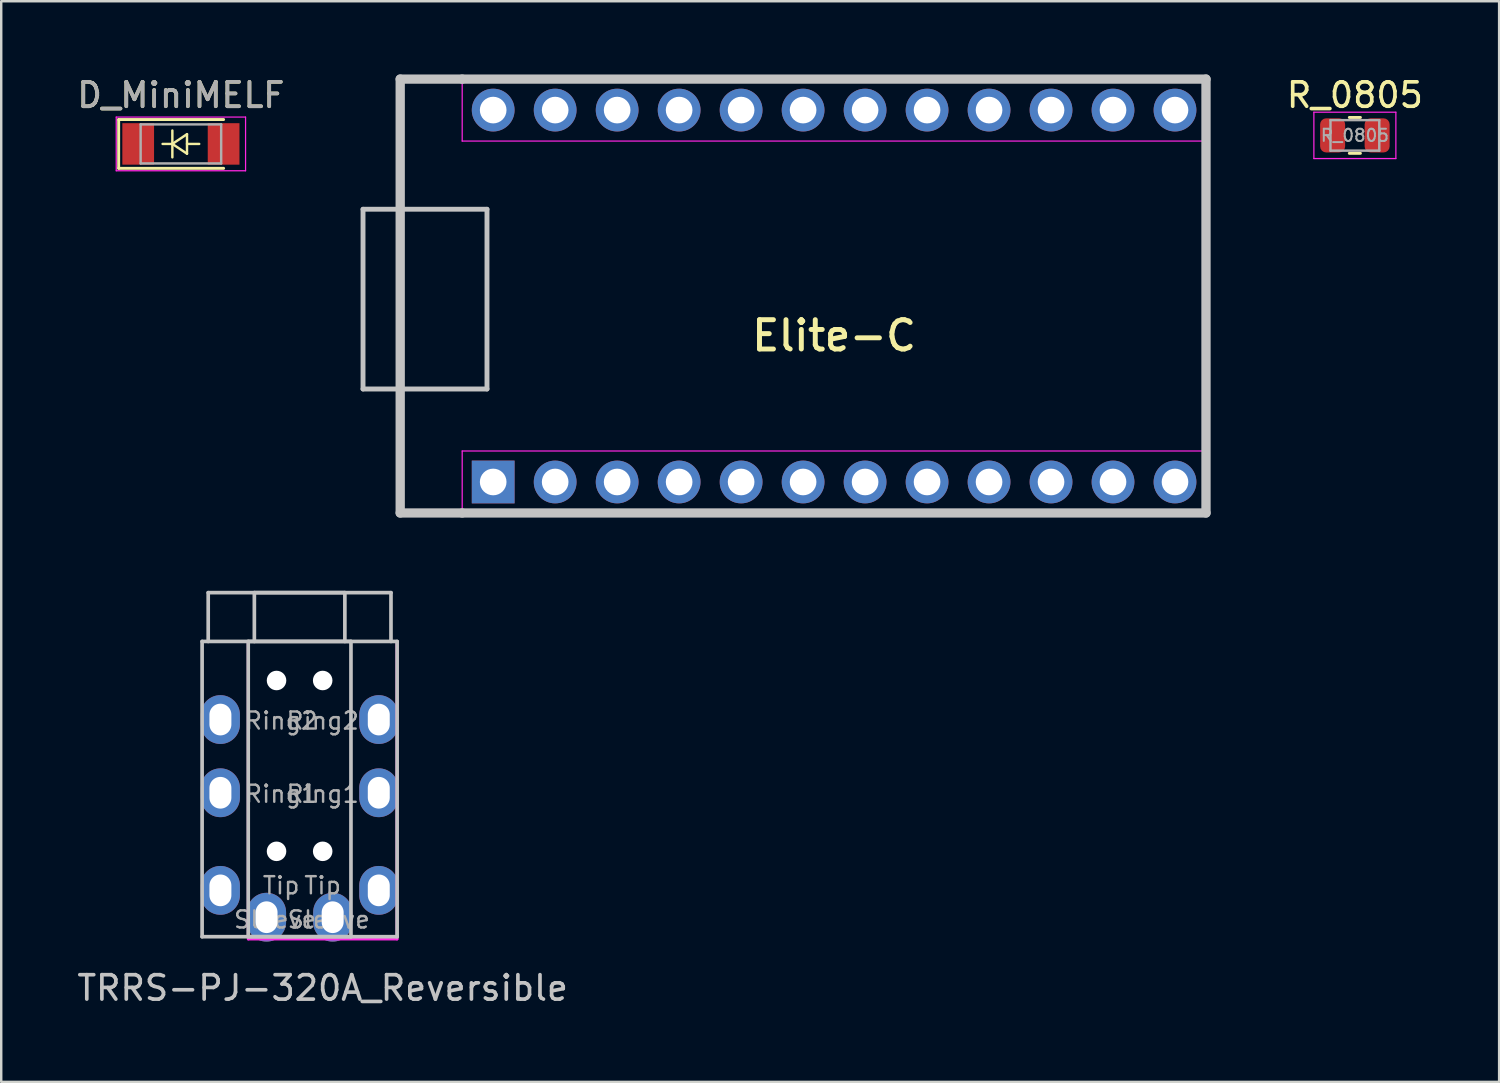
<source format=kicad_pcb>
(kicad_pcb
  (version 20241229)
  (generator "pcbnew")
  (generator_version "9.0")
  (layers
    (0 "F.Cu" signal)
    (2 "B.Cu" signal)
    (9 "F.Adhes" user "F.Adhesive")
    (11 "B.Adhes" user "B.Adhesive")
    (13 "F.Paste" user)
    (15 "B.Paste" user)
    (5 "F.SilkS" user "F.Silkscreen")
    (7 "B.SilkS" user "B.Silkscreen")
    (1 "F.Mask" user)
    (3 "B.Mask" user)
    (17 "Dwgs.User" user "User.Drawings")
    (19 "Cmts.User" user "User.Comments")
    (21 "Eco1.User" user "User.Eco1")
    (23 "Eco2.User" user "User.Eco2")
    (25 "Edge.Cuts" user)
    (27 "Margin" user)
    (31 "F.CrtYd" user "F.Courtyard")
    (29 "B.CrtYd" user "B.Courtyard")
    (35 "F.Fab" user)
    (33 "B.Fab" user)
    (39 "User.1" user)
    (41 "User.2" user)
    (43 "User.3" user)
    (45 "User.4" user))
  (footprint "R_0805"
    (layer "F.Cu")
    (at 52.471 2.498)
    (property "Reference" "R_0805" (at 0 -1.65 0) (layer "F.SilkS") (effects (font (size 1 1) (thickness 0.15))))
    (attr smd)
    (fp_line (start -0.227 -0.735) (end 0.227 -0.735) (stroke (width 0.12) (type solid)) (layer "F.SilkS"))
    (fp_line (start -0.227 0.735) (end 0.227 0.735) (stroke (width 0.12) (type solid)) (layer "F.SilkS"))
    (fp_line (start -1.68 -0.95) (end 1.68 -0.95) (stroke (width 0.05) (type solid)) (layer "F.CrtYd"))
    (fp_line (start -1.68 0.95) (end -1.68 -0.95) (stroke (width 0.05) (type solid)) (layer "F.CrtYd"))
    (fp_line (start 1.68 -0.95) (end 1.68 0.95) (stroke (width 0.05) (type solid)) (layer "F.CrtYd"))
    (fp_line (start 1.68 0.95) (end -1.68 0.95) (stroke (width 0.05) (type solid)) (layer "F.CrtYd"))
    (fp_line (start -1 -0.625) (end 1 -0.625) (stroke (width 0.1) (type solid)) (layer "F.Fab"))
    (fp_line (start -1 0.625) (end -1 -0.625) (stroke (width 0.1) (type solid)) (layer "F.Fab"))
    (fp_line (start 1 -0.625) (end 1 0.625) (stroke (width 0.1) (type solid)) (layer "F.Fab"))
    (fp_line (start 1 0.625) (end -1 0.625) (stroke (width 0.1) (type solid)) (layer "F.Fab"))
    (fp_text user "${REFERENCE}" (at 0 0 0) (layer "F.Fab") (effects (font (size 0.5 0.5) (thickness 0.08))))
    (pad "1" smd roundrect (at -0.912 0) (size 1.025 1.4) (layers "F.Cu" "F.Mask" "F.Paste") (roundrect_rratio 0.244))
    (pad "2" smd roundrect (at 0.912 0) (size 1.025 1.4) (layers "F.Cu" "F.Mask" "F.Paste") (roundrect_rratio 0.244)))
  (footprint "Elite-C"
    (layer "F.Cu")
    (at 31.13 9.081)
    (property "Reference" "Elite-C" (at 0 1.625 0) (layer "F.SilkS") (effects (font (size 1.2 1.2) (thickness 0.203))))
    (attr through_hole)
    (fp_line (start -19.304 -3.556) (end -14.224 -3.556) (stroke (width 0.2) (type solid)) (layer "Dwgs.User"))
    (fp_line (start -19.304 3.81) (end -19.304 -3.556) (stroke (width 0.2) (type solid)) (layer "Dwgs.User"))
    (fp_line (start -17.78 -8.89) (end -17.78 8.89) (stroke (width 0.381) (type solid)) (layer "Dwgs.User"))
    (fp_line (start -17.78 8.89) (end -15.24 8.89) (stroke (width 0.381) (type solid)) (layer "Dwgs.User"))
    (fp_line (start -15.24 -8.89) (end -17.78 -8.89) (stroke (width 0.381) (type solid)) (layer "Dwgs.User"))
    (fp_line (start -15.24 8.89) (end 15.24 8.89) (stroke (width 0.381) (type solid)) (layer "Dwgs.User"))
    (fp_line (start -14.224 -3.556) (end -14.224 3.81) (stroke (width 0.2) (type solid)) (layer "Dwgs.User"))
    (fp_line (start -14.224 3.81) (end -19.304 3.81) (stroke (width 0.2) (type solid)) (layer "Dwgs.User"))
    (fp_line (start 15.24 -8.89) (end -15.24 -8.89) (stroke (width 0.381) (type solid)) (layer "Dwgs.User"))
    (fp_line (start 15.24 8.89) (end 15.24 -8.89) (stroke (width 0.381) (type solid)) (layer "Dwgs.User"))
    (fp_line (start -15.24 -8.89) (end 15.24 -8.89) (stroke (width 0.05) (type solid)) (layer "F.CrtYd"))
    (fp_line (start -15.24 -6.35) (end -15.24 -8.89) (stroke (width 0.05) (type solid)) (layer "F.CrtYd"))
    (fp_line (start -15.24 6.35) (end 15.24 6.35) (stroke (width 0.05) (type solid)) (layer "F.CrtYd"))
    (fp_line (start -15.24 8.89) (end -15.24 6.35) (stroke (width 0.05) (type solid)) (layer "F.CrtYd"))
    (fp_line (start 15.24 -8.89) (end 15.24 -6.35) (stroke (width 0.05) (type solid)) (layer "F.CrtYd"))
    (fp_line (start 15.24 -6.35) (end -15.24 -6.35) (stroke (width 0.05) (type solid)) (layer "F.CrtYd"))
    (fp_line (start 15.24 6.35) (end 15.24 8.89) (stroke (width 0.05) (type solid)) (layer "F.CrtYd"))
    (fp_line (start 15.24 8.89) (end -15.24 8.89) (stroke (width 0.05) (type solid)) (layer "F.CrtYd"))
    (pad "1" thru_hole rect (at -13.97 7.62) (size 1.753 1.753) (drill 1.092) (layers "*.Cu" "*.Mask"))
    (pad "2" thru_hole circle (at -11.43 7.62) (size 1.753 1.753) (drill 1.092) (layers "*.Cu" "*.Mask"))
    (pad "3" thru_hole circle (at -8.89 7.62) (size 1.753 1.753) (drill 1.092) (layers "*.Cu" "*.Mask"))
    (pad "4" thru_hole circle (at -6.35 7.62) (size 1.753 1.753) (drill 1.092) (layers "*.Cu" "*.Mask"))
    (pad "5" thru_hole circle (at -3.81 7.62) (size 1.753 1.753) (drill 1.092) (layers "*.Cu" "*.Mask"))
    (pad "6" thru_hole circle (at -1.27 7.62) (size 1.753 1.753) (drill 1.092) (layers "*.Cu" "*.Mask"))
    (pad "7" thru_hole circle (at 1.27 7.62) (size 1.753 1.753) (drill 1.092) (layers "*.Cu" "*.Mask"))
    (pad "8" thru_hole circle (at 3.81 7.62) (size 1.753 1.753) (drill 1.092) (layers "*.Cu" "*.Mask"))
    (pad "9" thru_hole circle (at 6.35 7.62) (size 1.753 1.753) (drill 1.092) (layers "*.Cu" "*.Mask"))
    (pad "10" thru_hole circle (at 8.89 7.62) (size 1.753 1.753) (drill 1.092) (layers "*.Cu" "*.Mask"))
    (pad "11" thru_hole circle (at 11.43 7.62) (size 1.753 1.753) (drill 1.092) (layers "*.Cu" "*.Mask"))
    (pad "12" thru_hole circle (at 13.97 7.62) (size 1.753 1.753) (drill 1.092) (layers "*.Cu" "*.Mask"))
    (pad "13" thru_hole circle (at 13.97 -7.62) (size 1.753 1.753) (drill 1.092) (layers "*.Cu" "*.Mask"))
    (pad "14" thru_hole circle (at 11.43 -7.62) (size 1.753 1.753) (drill 1.092) (layers "*.Cu" "*.Mask"))
    (pad "15" thru_hole circle (at 8.89 -7.62) (size 1.753 1.753) (drill 1.092) (layers "*.Cu" "*.Mask"))
    (pad "16" thru_hole circle (at 6.35 -7.62) (size 1.753 1.753) (drill 1.092) (layers "*.Cu" "*.Mask"))
    (pad "17" thru_hole circle (at 3.81 -7.62) (size 1.753 1.753) (drill 1.092) (layers "*.Cu" "*.Mask"))
    (pad "18" thru_hole circle (at 1.27 -7.62) (size 1.753 1.753) (drill 1.092) (layers "*.Cu" "*.Mask"))
    (pad "19" thru_hole circle (at -1.27 -7.62) (size 1.753 1.753) (drill 1.092) (layers "*.Cu" "*.Mask"))
    (pad "20" thru_hole circle (at -3.81 -7.62) (size 1.753 1.753) (drill 1.092) (layers "*.Cu" "*.Mask"))
    (pad "21" thru_hole circle (at -6.35 -7.62) (size 1.753 1.753) (drill 1.092) (layers "*.Cu" "*.Mask"))
    (pad "22" thru_hole circle (at -8.89 -7.62) (size 1.753 1.753) (drill 1.092) (layers "*.Cu" "*.Mask"))
    (pad "23" thru_hole circle (at -11.43 -7.62) (size 1.753 1.753) (drill 1.092) (layers "*.Cu" "*.Mask"))
    (pad "24" thru_hole circle (at -13.97 -7.62) (size 1.753 1.753) (drill 1.092) (layers "*.Cu" "*.Mask")))
  (footprint "TRRS-PJ-320A_Reversible"
    (layer "F.Cu")
    (at 9.22 23.236)
    (property "Reference" "TRRS-PJ-320A_Reversible" (at 0.953 14.2 0) (layer "Dwgs.User") (effects (font (size 1 1) (thickness 0.15))))
    (attr through_hole)
    (fp_line (start -3.988 0) (end -3.988 12.1) (stroke (width 0.15) (type solid)) (layer "Dwgs.User"))
    (fp_line (start -3.988 0) (end 2.112 0) (stroke (width 0.15) (type solid)) (layer "Dwgs.User"))
    (fp_line (start -3.988 12.1) (end 2.112 12.1) (stroke (width 0.15) (type solid)) (layer "Dwgs.User"))
    (fp_line (start -3.738 -2) (end 1.862 -2) (stroke (width 0.15) (type solid)) (layer "Dwgs.User"))
    (fp_line (start -3.738 0) (end -3.738 -2) (stroke (width 0.15) (type solid)) (layer "Dwgs.User"))
    (fp_line (start -2.098 0) (end -2.098 12.1) (stroke (width 0.15) (type solid)) (layer "Dwgs.User"))
    (fp_line (start -1.847 0) (end -1.847 -2) (stroke (width 0.15) (type solid)) (layer "Dwgs.User"))
    (fp_line (start 1.862 0) (end 1.862 -2) (stroke (width 0.15) (type solid)) (layer "Dwgs.User"))
    (fp_line (start 2.112 0) (end 2.112 12.1) (stroke (width 0.15) (type solid)) (layer "Dwgs.User"))
    (fp_line (start 3.752 -2) (end -1.847 -2) (stroke (width 0.15) (type solid)) (layer "Dwgs.User"))
    (fp_line (start 3.752 0) (end 3.752 -2) (stroke (width 0.15) (type solid)) (layer "Dwgs.User"))
    (fp_line (start 4.003 0) (end -2.098 0) (stroke (width 0.15) (type solid)) (layer "Dwgs.User"))
    (fp_line (start 4.003 0) (end 4.003 12.1) (stroke (width 0.15) (type solid)) (layer "Dwgs.User"))
    (fp_line (start 4.003 12.1) (end -2.098 12.1) (stroke (width 0.15) (type solid)) (layer "Dwgs.User"))
    (fp_line (start -2.095 0) (end 4 0) (stroke (width 0.12) (type solid)) (layer "F.CrtYd"))
    (fp_line (start -2.095 12.192) (end -2.095 0) (stroke (width 0.12) (type solid)) (layer "F.CrtYd"))
    (fp_line (start 4 0) (end 4 12.192) (stroke (width 0.12) (type solid)) (layer "F.CrtYd"))
    (fp_line (start 4 12.192) (end -2.095 12.192) (stroke (width 0.12) (type solid)) (layer "F.CrtYd"))
    (fp_text user "Tip" (at 0.953 10 0) (layer "F.Fab") (effects (font (size 0.7 0.7) (thickness 0.1))))
    (fp_text user "Sleeve" (at -0.998 11.4 0) (layer "F.Fab") (effects (font (size 0.7 0.7) (thickness 0.1))))
    (fp_text user "Ring2" (at 0.953 3.25 0) (layer "F.Fab") (effects (font (size 0.7 0.7) (thickness 0.1))))
    (fp_text user "Ring2" (at -0.748 3.25 0) (layer "F.Fab") (effects (font (size 0.7 0.7) (thickness 0.1))))
    (fp_text user "Ring1" (at -0.748 6.25 0) (layer "F.Fab") (effects (font (size 0.7 0.7) (thickness 0.1))))
    (fp_text user "Tip" (at -0.748 10 0) (layer "F.Fab") (effects (font (size 0.7 0.7) (thickness 0.1))))
    (fp_text user "Sleeve" (at 1.202 11.4 0) (layer "F.Fab") (effects (font (size 0.7 0.7) (thickness 0.1))))
    (fp_text user "Ring1" (at 0.953 6.25 0) (layer "F.Fab") (effects (font (size 0.7 0.7) (thickness 0.1))))
    (pad "" np_thru_hole circle (at -0.938 1.6) (size 0.8 0.8) (drill 0.8) (layers "*.Cu" "*.Mask"))
    (pad "" np_thru_hole circle (at -0.938 8.6) (size 0.8 0.8) (drill 0.8) (layers "*.Cu" "*.Mask"))
    (pad "" np_thru_hole circle (at 0.953 1.6) (size 0.8 0.8) (drill 0.8) (layers "*.Cu" "*.Mask"))
    (pad "" np_thru_hole circle (at 0.953 8.6) (size 0.8 0.8) (drill 0.8) (layers "*.Cu" "*.Mask"))
    (pad "R1" thru_hole oval (at -3.238 6.2) (size 1.6 2) (drill oval 0.9 1.3) (layers "*.Cu" "*.Mask"))
    (pad "R1" thru_hole oval (at 3.252 6.2) (size 1.6 2) (drill oval 0.9 1.3) (layers "*.Cu" "*.Mask"))
    (pad "R2" thru_hole oval (at -3.238 3.2) (size 1.6 2) (drill oval 0.9 1.3) (layers "*.Cu" "*.Mask"))
    (pad "R2" thru_hole oval (at 3.252 3.2) (size 1.6 2) (drill oval 0.9 1.3) (layers "*.Cu" "*.Mask"))
    (pad "S" thru_hole oval (at -1.347 11.3) (size 1.6 2) (drill oval 0.9 1.3) (layers "*.Cu" "*.Mask"))
    (pad "S" thru_hole oval (at 1.362 11.3) (size 1.6 2) (drill oval 0.9 1.3) (layers "*.Cu" "*.Mask"))
    (pad "T" thru_hole oval (at -3.238 10.2) (size 1.6 2) (drill oval 0.9 1.3) (layers "*.Cu" "*.Mask"))
    (pad "T" thru_hole oval (at 3.252 10.2) (size 1.6 2) (drill oval 0.9 1.3) (layers "*.Cu" "*.Mask")))
  (footprint "D_MiniMELF"
    (layer "F.Cu")
    (at 4.363 2.848)
    (property "Reference" "D_MiniMELF" (at 0 -2 0) (layer "F.SilkS") (effects (font (size 1 1) (thickness 0.15))))
    (attr smd)
    (fp_line (start -2.55 -1) (end -2.55 1) (stroke (width 0.12) (type solid)) (layer "F.SilkS"))
    (fp_line (start -2.55 1) (end 1.75 1) (stroke (width 0.12) (type solid)) (layer "F.SilkS"))
    (fp_line (start -0.75 0) (end -0.35 0) (stroke (width 0.1) (type solid)) (layer "F.SilkS"))
    (fp_line (start -0.35 0) (end -0.35 -0.55) (stroke (width 0.1) (type solid)) (layer "F.SilkS"))
    (fp_line (start -0.35 0) (end -0.35 0.55) (stroke (width 0.1) (type solid)) (layer "F.SilkS"))
    (fp_line (start -0.35 0) (end 0.25 -0.4) (stroke (width 0.1) (type solid)) (layer "F.SilkS"))
    (fp_line (start 0.25 -0.4) (end 0.25 0.4) (stroke (width 0.1) (type solid)) (layer "F.SilkS"))
    (fp_line (start 0.25 0) (end 0.75 0) (stroke (width 0.1) (type solid)) (layer "F.SilkS"))
    (fp_line (start 0.25 0.4) (end -0.35 0) (stroke (width 0.1) (type solid)) (layer "F.SilkS"))
    (fp_line (start 1.75 -1) (end -2.55 -1) (stroke (width 0.12) (type solid)) (layer "F.SilkS"))
    (fp_line (start -2.65 -1.1) (end 2.65 -1.1) (stroke (width 0.05) (type solid)) (layer "F.CrtYd"))
    (fp_line (start -2.65 1.1) (end -2.65 -1.1) (stroke (width 0.05) (type solid)) (layer "F.CrtYd"))
    (fp_line (start 2.65 -1.1) (end 2.65 1.1) (stroke (width 0.05) (type solid)) (layer "F.CrtYd"))
    (fp_line (start 2.65 1.1) (end -2.65 1.1) (stroke (width 0.05) (type solid)) (layer "F.CrtYd"))
    (fp_line (start -1.65 -0.8) (end 1.65 -0.8) (stroke (width 0.1) (type solid)) (layer "F.Fab"))
    (fp_line (start -1.65 0.8) (end -1.65 -0.8) (stroke (width 0.1) (type solid)) (layer "F.Fab"))
    (fp_line (start 1.65 -0.8) (end 1.65 0.8) (stroke (width 0.1) (type solid)) (layer "F.Fab"))
    (fp_line (start 1.65 0.8) (end -1.65 0.8) (stroke (width 0.1) (type solid)) (layer "F.Fab"))
    (fp_text user "${REFERENCE}" (at 0 -2 0) (layer "F.Fab") (effects (font (size 1 1) (thickness 0.15))))
    (pad "1" smd rect (at -1.75 0) (size 1.3 1.7) (layers "F.Cu" "F.Mask" "F.Paste"))
    (pad "2" smd rect (at 1.75 0) (size 1.3 1.7) (layers "F.Cu" "F.Mask" "F.Paste")))
  (gr_rect
    (start -3 -3)
    (end 58.382 41.284)
    (stroke (width 0.1) (type default))
    (fill no)
    (layer "Edge.Cuts")))
</source>
